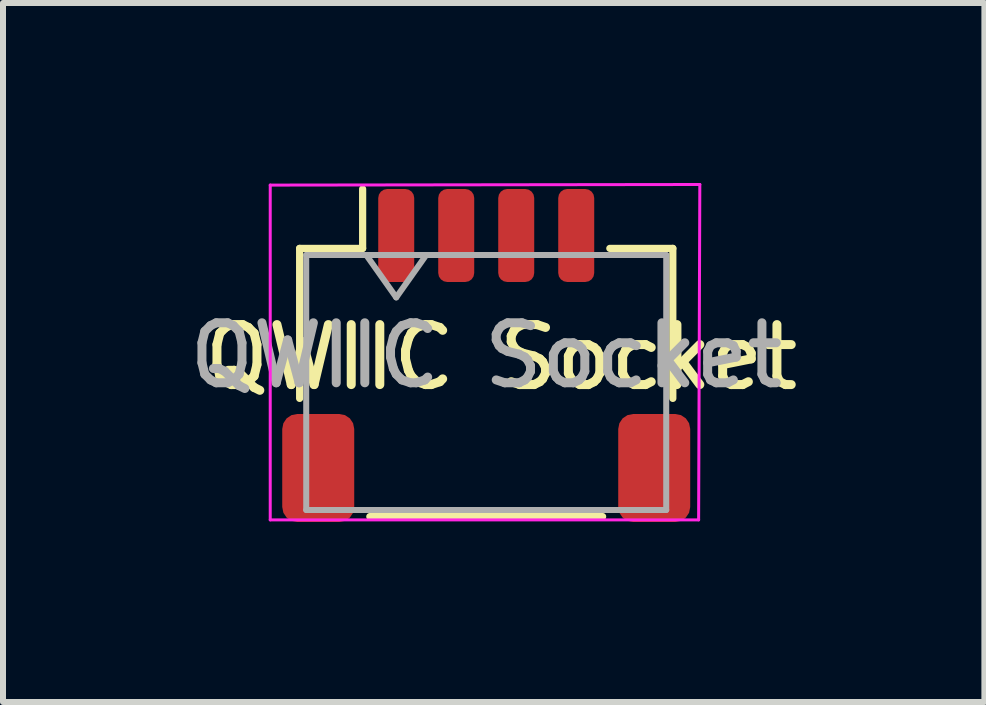
<source format=kicad_pcb>
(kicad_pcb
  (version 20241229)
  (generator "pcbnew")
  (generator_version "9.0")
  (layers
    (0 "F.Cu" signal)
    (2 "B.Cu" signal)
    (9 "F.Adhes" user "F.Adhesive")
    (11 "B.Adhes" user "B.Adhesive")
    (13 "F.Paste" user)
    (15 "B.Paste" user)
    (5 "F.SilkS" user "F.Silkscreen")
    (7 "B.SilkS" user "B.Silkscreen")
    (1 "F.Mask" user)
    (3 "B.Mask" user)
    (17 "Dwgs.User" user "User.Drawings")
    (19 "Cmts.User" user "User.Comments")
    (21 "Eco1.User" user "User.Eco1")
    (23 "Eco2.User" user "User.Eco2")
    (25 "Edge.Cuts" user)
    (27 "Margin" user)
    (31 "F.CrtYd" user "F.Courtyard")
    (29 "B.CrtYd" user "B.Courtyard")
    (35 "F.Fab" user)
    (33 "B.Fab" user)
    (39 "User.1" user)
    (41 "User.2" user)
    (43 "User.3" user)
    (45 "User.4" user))
  (footprint "QWIIC Socket"
    (layer "F.Cu")
    (at 5.054 2.875)
    (property "Reference" "QWIIC Socket" (at 0.25 0.03 0) (layer "F.SilkS") (effects (font (size 1 1) (thickness 0.15))))
    (attr smd)
    (fp_line (start -3.11 -1.785) (end -2.06 -1.785) (stroke (width 0.12) (type solid)) (layer "F.SilkS"))
    (fp_line (start -3.11 0.715) (end -3.11 -1.785) (stroke (width 0.12) (type solid)) (layer "F.SilkS"))
    (fp_line (start -2.06 -1.785) (end -2.06 -2.775) (stroke (width 0.12) (type solid)) (layer "F.SilkS"))
    (fp_line (start -1.94 2.685) (end 1.94 2.685) (stroke (width 0.12) (type solid)) (layer "F.SilkS"))
    (fp_line (start 3.11 -1.785) (end 2.06 -1.785) (stroke (width 0.12) (type solid)) (layer "F.SilkS"))
    (fp_line (start 3.11 0.715) (end 3.11 -1.785) (stroke (width 0.12) (type solid)) (layer "F.SilkS"))
    (fp_line (start -3.6 -2.84) (end -3.6 2.74) (stroke (width 0.05) (type solid)) (layer "F.CrtYd"))
    (fp_line (start -3.6 2.74) (end 3.54 2.74) (stroke (width 0.05) (type solid)) (layer "F.CrtYd"))
    (fp_line (start 3.54 2.74) (end 3.56 -2.85) (stroke (width 0.05) (type solid)) (layer "F.CrtYd"))
    (fp_line (start 3.56 -2.85) (end -3.6 -2.84) (stroke (width 0.05) (type solid)) (layer "F.CrtYd"))
    (fp_line (start -3 -1.675) (end -3 2.575) (stroke (width 0.1) (type solid)) (layer "F.Fab"))
    (fp_line (start -3 -1.675) (end 3 -1.675) (stroke (width 0.1) (type solid)) (layer "F.Fab"))
    (fp_line (start -3 2.575) (end 3 2.575) (stroke (width 0.1) (type solid)) (layer "F.Fab"))
    (fp_line (start -2 -1.675) (end -1.5 -0.968) (stroke (width 0.1) (type solid)) (layer "F.Fab"))
    (fp_line (start -1.5 -0.968) (end -1 -1.675) (stroke (width 0.1) (type solid)) (layer "F.Fab"))
    (fp_line (start 3 -1.675) (end 3 2.575) (stroke (width 0.1) (type solid)) (layer "F.Fab"))
    (fp_text user "${REFERENCE}" (at 0 0 0) (layer "F.Fab") (effects (font (size 1 1) (thickness 0.15))))
    (pad "1" smd roundrect (at 1.5 -2) (size 0.6 1.55) (layers "F.Cu" "F.Mask" "F.Paste") (roundrect_rratio 0.25))
    (pad "2" smd roundrect (at 0.5 -2) (size 0.6 1.55) (layers "F.Cu" "F.Mask" "F.Paste") (roundrect_rratio 0.25))
    (pad "3" smd roundrect (at -0.5 -2) (size 0.6 1.55) (layers "F.Cu" "F.Mask" "F.Paste") (roundrect_rratio 0.25))
    (pad "4" smd roundrect (at -2.8 1.875) (size 1.2 1.8) (layers "F.Cu" "F.Mask" "F.Paste") (roundrect_rratio 0.208))
    (pad "4" smd roundrect (at -1.5 -2) (size 0.6 1.55) (layers "F.Cu" "F.Mask" "F.Paste") (roundrect_rratio 0.25))
    (pad "4" smd roundrect (at 2.8 1.875) (size 1.2 1.8) (layers "F.Cu" "F.Mask" "F.Paste") (roundrect_rratio 0.208)))
  (gr_rect
    (start -3 -3)
    (end 13.357 8.65)
    (stroke (width 0.1) (type default))
    (fill no)
    (layer "Edge.Cuts")))
</source>
